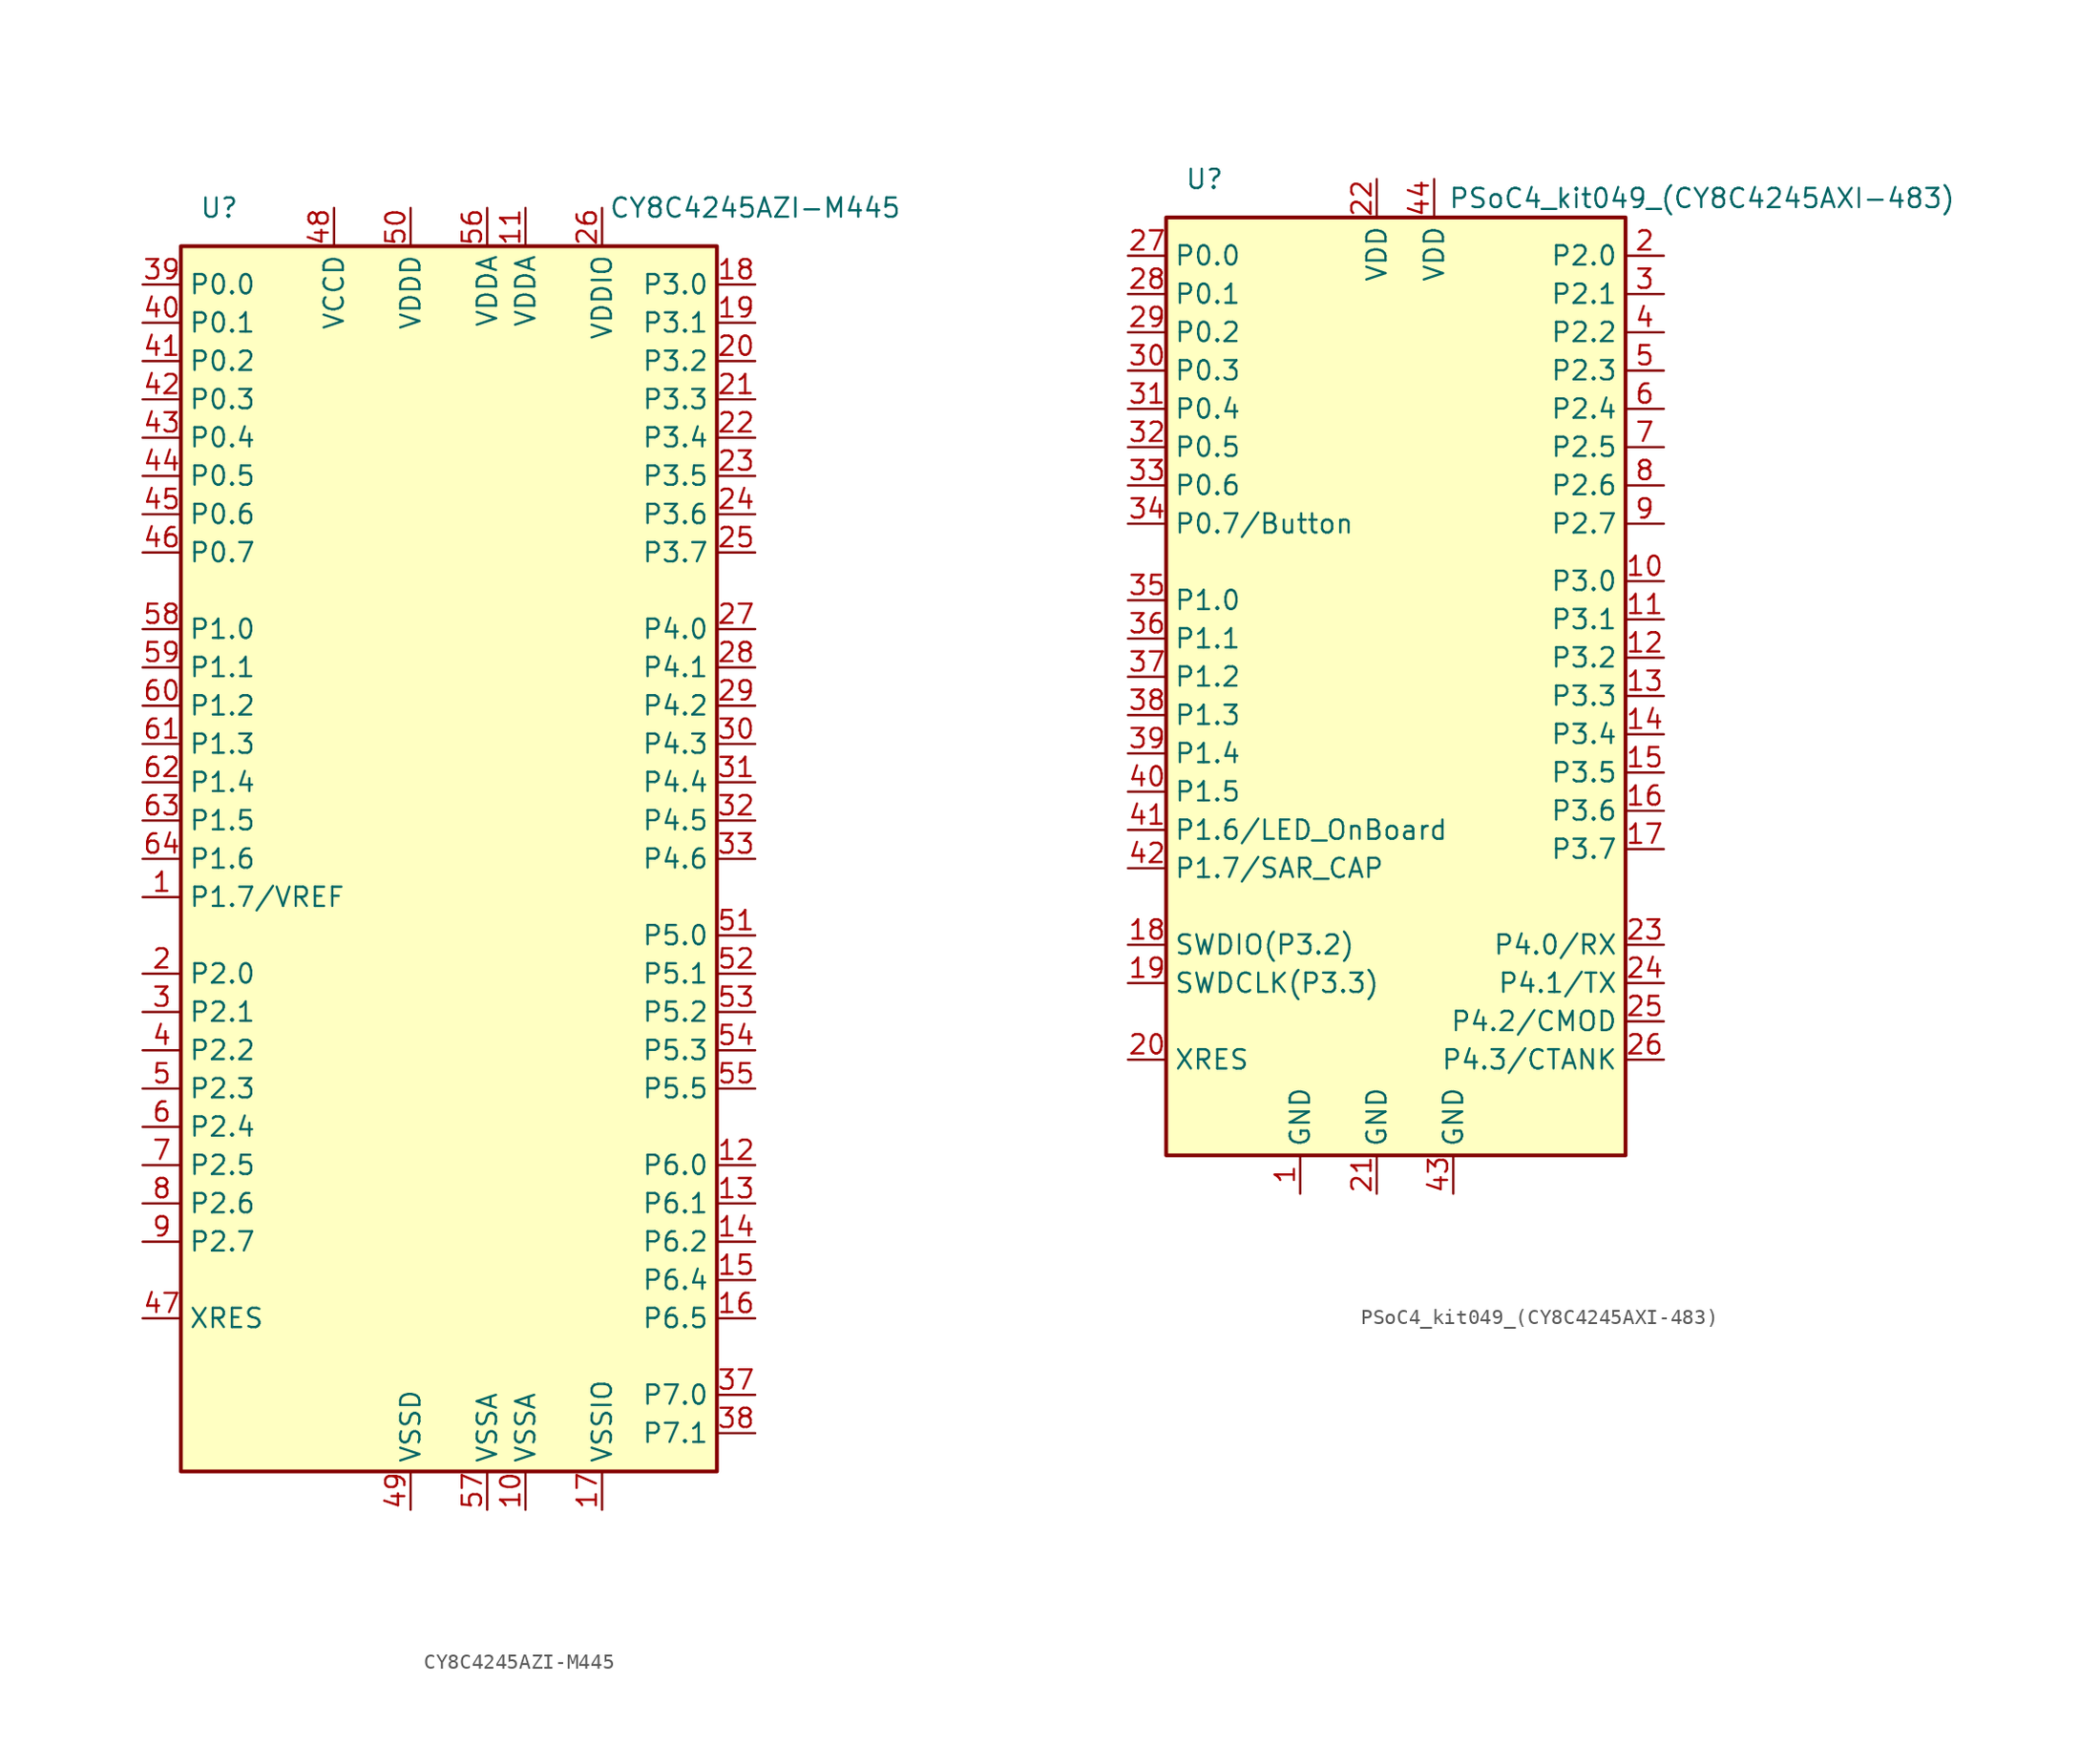
<source format=kicad_sym>
(kicad_symbol_lib
  (version 20211014)
  (generator kicad_symbol_editor)
  (symbol "CY8C4245AZI-M445"
    (property "Reference" "U"
      (at -15.24 43.18 0)
      (effects (font (size 1.27 1.27))))
    (property "Value" "CY8C4245AZI-M445"
      (at 20.32 43.18 0)
      (effects (font (size 1.27 1.27))))
    (symbol "CY8C4245AZI-M445_0_1"
      (rectangle (start -17.78 40.64) (end 17.78 -40.64) (stroke (width 0.254) (type default) (color 0 0 0 0)) (fill (type background))))
    (symbol "CY8C4245AZI-M445_1_1"
      (pin bidirectional line (at -20.32 -2.54 0) (length 2.54) (name "P1.7/VREF" (effects (font (size 1.27 1.27)))) (number "1" (effects (font (size 1.27 1.27)))))
      (pin power_in line (at 5.08 -43.18 90) (length 2.54) (name "VSSA" (effects (font (size 1.27 1.27)))) (number "10" (effects (font (size 1.27 1.27)))))
      (pin power_in line (at 5.08 43.18 270) (length 2.54) (name "VDDA" (effects (font (size 1.27 1.27)))) (number "11" (effects (font (size 1.27 1.27)))))
      (pin bidirectional line (at 20.32 -20.32 180) (length 2.54) (name "P6.0" (effects (font (size 1.27 1.27)))) (number "12" (effects (font (size 1.27 1.27)))))
      (pin bidirectional line (at 20.32 -22.86 180) (length 2.54) (name "P6.1" (effects (font (size 1.27 1.27)))) (number "13" (effects (font (size 1.27 1.27)))))
      (pin bidirectional line (at 20.32 -25.4 180) (length 2.54) (name "P6.2" (effects (font (size 1.27 1.27)))) (number "14" (effects (font (size 1.27 1.27)))))
      (pin bidirectional line (at 20.32 -27.94 180) (length 2.54) (name "P6.4" (effects (font (size 1.27 1.27)))) (number "15" (effects (font (size 1.27 1.27)))))
      (pin bidirectional line (at 20.32 -30.48 180) (length 2.54) (name "P6.5" (effects (font (size 1.27 1.27)))) (number "16" (effects (font (size 1.27 1.27)))))
      (pin power_in line (at 10.16 -43.18 90) (length 2.54) (name "VSSIO" (effects (font (size 1.27 1.27)))) (number "17" (effects (font (size 1.27 1.27)))))
      (pin bidirectional line (at 20.32 38.1 180) (length 2.54) (name "P3.0" (effects (font (size 1.27 1.27)))) (number "18" (effects (font (size 1.27 1.27)))))
      (pin bidirectional line (at 20.32 35.56 180) (length 2.54) (name "P3.1" (effects (font (size 1.27 1.27)))) (number "19" (effects (font (size 1.27 1.27)))))
      (pin bidirectional line (at -20.32 -7.62 0) (length 2.54) (name "P2.0" (effects (font (size 1.27 1.27)))) (number "2" (effects (font (size 1.27 1.27)))))
      (pin bidirectional line (at 20.32 33.02 180) (length 2.54) (name "P3.2" (effects (font (size 1.27 1.27)))) (number "20" (effects (font (size 1.27 1.27)))))
      (pin bidirectional line (at 20.32 30.48 180) (length 2.54) (name "P3.3" (effects (font (size 1.27 1.27)))) (number "21" (effects (font (size 1.27 1.27)))))
      (pin bidirectional line (at 20.32 27.94 180) (length 2.54) (name "P3.4" (effects (font (size 1.27 1.27)))) (number "22" (effects (font (size 1.27 1.27)))))
      (pin bidirectional line (at 20.32 25.4 180) (length 2.54) (name "P3.5" (effects (font (size 1.27 1.27)))) (number "23" (effects (font (size 1.27 1.27)))))
      (pin bidirectional line (at 20.32 22.86 180) (length 2.54) (name "P3.6" (effects (font (size 1.27 1.27)))) (number "24" (effects (font (size 1.27 1.27)))))
      (pin bidirectional line (at 20.32 20.32 180) (length 2.54) (name "P3.7" (effects (font (size 1.27 1.27)))) (number "25" (effects (font (size 1.27 1.27)))))
      (pin power_in line (at 10.16 43.18 270) (length 2.54) (name "VDDIO" (effects (font (size 1.27 1.27)))) (number "26" (effects (font (size 1.27 1.27)))))
      (pin bidirectional line (at 20.32 15.24 180) (length 2.54) (name "P4.0" (effects (font (size 1.27 1.27)))) (number "27" (effects (font (size 1.27 1.27)))))
      (pin bidirectional line (at 20.32 12.7 180) (length 2.54) (name "P4.1" (effects (font (size 1.27 1.27)))) (number "28" (effects (font (size 1.27 1.27)))))
      (pin bidirectional line (at 20.32 10.16 180) (length 2.54) (name "P4.2" (effects (font (size 1.27 1.27)))) (number "29" (effects (font (size 1.27 1.27)))))
      (pin bidirectional line (at -20.32 -10.16 0) (length 2.54) (name "P2.1" (effects (font (size 1.27 1.27)))) (number "3" (effects (font (size 1.27 1.27)))))
      (pin bidirectional line (at 20.32 7.62 180) (length 2.54) (name "P4.3" (effects (font (size 1.27 1.27)))) (number "30" (effects (font (size 1.27 1.27)))))
      (pin bidirectional line (at 20.32 5.08 180) (length 2.54) (name "P4.4" (effects (font (size 1.27 1.27)))) (number "31" (effects (font (size 1.27 1.27)))))
      (pin bidirectional line (at 20.32 2.54 180) (length 2.54) (name "P4.5" (effects (font (size 1.27 1.27)))) (number "32" (effects (font (size 1.27 1.27)))))
      (pin bidirectional line (at 20.32 0 180) (length 2.54) (name "P4.6" (effects (font (size 1.27 1.27)))) (number "33" (effects (font (size 1.27 1.27)))))
      (pin bidirectional line (at 20.32 -35.56 180) (length 2.54) (name "P7.0" (effects (font (size 1.27 1.27)))) (number "37" (effects (font (size 1.27 1.27)))))
      (pin bidirectional line (at 20.32 -38.1 180) (length 2.54) (name "P7.1" (effects (font (size 1.27 1.27)))) (number "38" (effects (font (size 1.27 1.27)))))
      (pin bidirectional line (at -20.32 38.1 0) (length 2.54) (name "P0.0" (effects (font (size 1.27 1.27)))) (number "39" (effects (font (size 1.27 1.27)))))
      (pin bidirectional line (at -20.32 -12.7 0) (length 2.54) (name "P2.2" (effects (font (size 1.27 1.27)))) (number "4" (effects (font (size 1.27 1.27)))))
      (pin bidirectional line (at -20.32 35.56 0) (length 2.54) (name "P0.1" (effects (font (size 1.27 1.27)))) (number "40" (effects (font (size 1.27 1.27)))))
      (pin bidirectional line (at -20.32 33.02 0) (length 2.54) (name "P0.2" (effects (font (size 1.27 1.27)))) (number "41" (effects (font (size 1.27 1.27)))))
      (pin bidirectional line (at -20.32 30.48 0) (length 2.54) (name "P0.3" (effects (font (size 1.27 1.27)))) (number "42" (effects (font (size 1.27 1.27)))))
      (pin bidirectional line (at -20.32 27.94 0) (length 2.54) (name "P0.4" (effects (font (size 1.27 1.27)))) (number "43" (effects (font (size 1.27 1.27)))))
      (pin bidirectional line (at -20.32 25.4 0) (length 2.54) (name "P0.5" (effects (font (size 1.27 1.27)))) (number "44" (effects (font (size 1.27 1.27)))))
      (pin bidirectional line (at -20.32 22.86 0) (length 2.54) (name "P0.6" (effects (font (size 1.27 1.27)))) (number "45" (effects (font (size 1.27 1.27)))))
      (pin bidirectional line (at -20.32 20.32 0) (length 2.54) (name "P0.7" (effects (font (size 1.27 1.27)))) (number "46" (effects (font (size 1.27 1.27)))))
      (pin input line (at -20.32 -30.48 0) (length 2.54) (name "XRES" (effects (font (size 1.27 1.27)))) (number "47" (effects (font (size 1.27 1.27)))))
      (pin power_out line (at -7.62 43.18 270) (length 2.54) (name "VCCD" (effects (font (size 1.27 1.27)))) (number "48" (effects (font (size 1.27 1.27)))))
      (pin power_in line (at -2.54 -43.18 90) (length 2.54) (name "VSSD" (effects (font (size 1.27 1.27)))) (number "49" (effects (font (size 1.27 1.27)))))
      (pin bidirectional line (at -20.32 -15.24 0) (length 2.54) (name "P2.3" (effects (font (size 1.27 1.27)))) (number "5" (effects (font (size 1.27 1.27)))))
      (pin power_in line (at -2.54 43.18 270) (length 2.54) (name "VDDD" (effects (font (size 1.27 1.27)))) (number "50" (effects (font (size 1.27 1.27)))))
      (pin bidirectional line (at 20.32 -5.08 180) (length 2.54) (name "P5.0" (effects (font (size 1.27 1.27)))) (number "51" (effects (font (size 1.27 1.27)))))
      (pin bidirectional line (at 20.32 -7.62 180) (length 2.54) (name "P5.1" (effects (font (size 1.27 1.27)))) (number "52" (effects (font (size 1.27 1.27)))))
      (pin bidirectional line (at 20.32 -10.16 180) (length 2.54) (name "P5.2" (effects (font (size 1.27 1.27)))) (number "53" (effects (font (size 1.27 1.27)))))
      (pin bidirectional line (at 20.32 -12.7 180) (length 2.54) (name "P5.3" (effects (font (size 1.27 1.27)))) (number "54" (effects (font (size 1.27 1.27)))))
      (pin bidirectional line (at 20.32 -15.24 180) (length 2.54) (name "P5.5" (effects (font (size 1.27 1.27)))) (number "55" (effects (font (size 1.27 1.27)))))
      (pin power_in line (at 2.54 43.18 270) (length 2.54) (name "VDDA" (effects (font (size 1.27 1.27)))) (number "56" (effects (font (size 1.27 1.27)))))
      (pin power_in line (at 2.54 -43.18 90) (length 2.54) (name "VSSA" (effects (font (size 1.27 1.27)))) (number "57" (effects (font (size 1.27 1.27)))))
      (pin bidirectional line (at -20.32 15.24 0) (length 2.54) (name "P1.0" (effects (font (size 1.27 1.27)))) (number "58" (effects (font (size 1.27 1.27)))))
      (pin bidirectional line (at -20.32 12.7 0) (length 2.54) (name "P1.1" (effects (font (size 1.27 1.27)))) (number "59" (effects (font (size 1.27 1.27)))))
      (pin bidirectional line (at -20.32 -17.78 0) (length 2.54) (name "P2.4" (effects (font (size 1.27 1.27)))) (number "6" (effects (font (size 1.27 1.27)))))
      (pin bidirectional line (at -20.32 10.16 0) (length 2.54) (name "P1.2" (effects (font (size 1.27 1.27)))) (number "60" (effects (font (size 1.27 1.27)))))
      (pin bidirectional line (at -20.32 7.62 0) (length 2.54) (name "P1.3" (effects (font (size 1.27 1.27)))) (number "61" (effects (font (size 1.27 1.27)))))
      (pin bidirectional line (at -20.32 5.08 0) (length 2.54) (name "P1.4" (effects (font (size 1.27 1.27)))) (number "62" (effects (font (size 1.27 1.27)))))
      (pin bidirectional line (at -20.32 2.54 0) (length 2.54) (name "P1.5" (effects (font (size 1.27 1.27)))) (number "63" (effects (font (size 1.27 1.27)))))
      (pin bidirectional line (at -20.32 0 0) (length 2.54) (name "P1.6" (effects (font (size 1.27 1.27)))) (number "64" (effects (font (size 1.27 1.27)))))
      (pin bidirectional line (at -20.32 -20.32 0) (length 2.54) (name "P2.5" (effects (font (size 1.27 1.27)))) (number "7" (effects (font (size 1.27 1.27)))))
      (pin bidirectional line (at -20.32 -22.86 0) (length 2.54) (name "P2.6" (effects (font (size 1.27 1.27)))) (number "8" (effects (font (size 1.27 1.27)))))
      (pin bidirectional line (at -20.32 -25.4 0) (length 2.54) (name "P2.7" (effects (font (size 1.27 1.27)))) (number "9" (effects (font (size 1.27 1.27)))))))
  (symbol "PSoC4_kit049_(CY8C4245AXI-483)"
    (property "Reference" "U"
      (at -15.24 43.18 0)
      (effects (font (size 1.27 1.27))))
    (property "Value" "PSoC4_kit049_(CY8C4245AXI-483)"
      (at 17.78 41.91 0)
      (effects (font (size 1.27 1.27))))
    (symbol "PSoC4_kit049_(CY8C4245AXI-483)_0_1"
      (rectangle (start -17.78 40.64) (end 12.7 -21.59) (stroke (width 0.254) (type default) (color 0 0 0 0)) (fill (type background))))
    (symbol "PSoC4_kit049_(CY8C4245AXI-483)_1_1"
      (pin power_out line (at -8.89 -24.13 90) (length 2.54) (name "GND" (effects (font (size 1.27 1.27)))) (number "1" (effects (font (size 1.27 1.27)))))
      (pin bidirectional line (at 15.24 16.51 180) (length 2.54) (name "P3.0" (effects (font (size 1.27 1.27)))) (number "10" (effects (font (size 1.27 1.27)))))
      (pin bidirectional line (at 15.24 13.97 180) (length 2.54) (name "P3.1" (effects (font (size 1.27 1.27)))) (number "11" (effects (font (size 1.27 1.27)))))
      (pin bidirectional line (at 15.24 11.43 180) (length 2.54) (name "P3.2" (effects (font (size 1.27 1.27)))) (number "12" (effects (font (size 1.27 1.27)))))
      (pin bidirectional line (at 15.24 8.89 180) (length 2.54) (name "P3.3" (effects (font (size 1.27 1.27)))) (number "13" (effects (font (size 1.27 1.27)))))
      (pin bidirectional line (at 15.24 6.35 180) (length 2.54) (name "P3.4" (effects (font (size 1.27 1.27)))) (number "14" (effects (font (size 1.27 1.27)))))
      (pin bidirectional line (at 15.24 3.81 180) (length 2.54) (name "P3.5" (effects (font (size 1.27 1.27)))) (number "15" (effects (font (size 1.27 1.27)))))
      (pin bidirectional line (at 15.24 1.27 180) (length 2.54) (name "P3.6" (effects (font (size 1.27 1.27)))) (number "16" (effects (font (size 1.27 1.27)))))
      (pin bidirectional line (at 15.24 -1.27 180) (length 2.54) (name "P3.7" (effects (font (size 1.27 1.27)))) (number "17" (effects (font (size 1.27 1.27)))))
      (pin bidirectional line (at -20.32 -7.62 0) (length 2.54) (name "SWDIO(P3.2)" (effects (font (size 1.27 1.27)))) (number "18" (effects (font (size 1.27 1.27)))))
      (pin bidirectional line (at -20.32 -10.16 0) (length 2.54) (name "SWDCLK(P3.3)" (effects (font (size 1.27 1.27)))) (number "19" (effects (font (size 1.27 1.27)))))
      (pin bidirectional line (at 15.24 38.1 180) (length 2.54) (name "P2.0" (effects (font (size 1.27 1.27)))) (number "2" (effects (font (size 1.27 1.27)))))
      (pin input line (at -20.32 -15.24 0) (length 2.54) (name "XRES" (effects (font (size 1.27 1.27)))) (number "20" (effects (font (size 1.27 1.27)))))
      (pin power_out line (at -3.81 -24.13 90) (length 2.54) (name "GND" (effects (font (size 1.27 1.27)))) (number "21" (effects (font (size 1.27 1.27)))))
      (pin power_in line (at -3.81 43.18 270) (length 2.54) (name "VDD" (effects (font (size 1.27 1.27)))) (number "22" (effects (font (size 1.27 1.27)))))
      (pin bidirectional line (at 15.24 -7.62 180) (length 2.54) (name "P4.0/RX" (effects (font (size 1.27 1.27)))) (number "23" (effects (font (size 1.27 1.27)))))
      (pin bidirectional line (at 15.24 -10.16 180) (length 2.54) (name "P4.1/TX" (effects (font (size 1.27 1.27)))) (number "24" (effects (font (size 1.27 1.27)))))
      (pin bidirectional line (at 15.24 -12.7 180) (length 2.54) (name "P4.2/CMOD" (effects (font (size 1.27 1.27)))) (number "25" (effects (font (size 1.27 1.27)))))
      (pin bidirectional line (at 15.24 -15.24 180) (length 2.54) (name "P4.3/CTANK" (effects (font (size 1.27 1.27)))) (number "26" (effects (font (size 1.27 1.27)))))
      (pin bidirectional line (at -20.32 38.1 0) (length 2.54) (name "P0.0" (effects (font (size 1.27 1.27)))) (number "27" (effects (font (size 1.27 1.27)))))
      (pin bidirectional line (at -20.32 35.56 0) (length 2.54) (name "P0.1" (effects (font (size 1.27 1.27)))) (number "28" (effects (font (size 1.27 1.27)))))
      (pin bidirectional line (at -20.32 33.02 0) (length 2.54) (name "P0.2" (effects (font (size 1.27 1.27)))) (number "29" (effects (font (size 1.27 1.27)))))
      (pin bidirectional line (at 15.24 35.56 180) (length 2.54) (name "P2.1" (effects (font (size 1.27 1.27)))) (number "3" (effects (font (size 1.27 1.27)))))
      (pin bidirectional line (at -20.32 30.48 0) (length 2.54) (name "P0.3" (effects (font (size 1.27 1.27)))) (number "30" (effects (font (size 1.27 1.27)))))
      (pin bidirectional line (at -20.32 27.94 0) (length 2.54) (name "P0.4" (effects (font (size 1.27 1.27)))) (number "31" (effects (font (size 1.27 1.27)))))
      (pin bidirectional line (at -20.32 25.4 0) (length 2.54) (name "P0.5" (effects (font (size 1.27 1.27)))) (number "32" (effects (font (size 1.27 1.27)))))
      (pin bidirectional line (at -20.32 22.86 0) (length 2.54) (name "P0.6" (effects (font (size 1.27 1.27)))) (number "33" (effects (font (size 1.27 1.27)))))
      (pin bidirectional line (at -20.32 20.32 0) (length 2.54) (name "P0.7/Button" (effects (font (size 1.27 1.27)))) (number "34" (effects (font (size 1.27 1.27)))))
      (pin bidirectional line (at -20.32 15.24 0) (length 2.54) (name "P1.0" (effects (font (size 1.27 1.27)))) (number "35" (effects (font (size 1.27 1.27)))))
      (pin bidirectional line (at -20.32 12.7 0) (length 2.54) (name "P1.1" (effects (font (size 1.27 1.27)))) (number "36" (effects (font (size 1.27 1.27)))))
      (pin bidirectional line (at -20.32 10.16 0) (length 2.54) (name "P1.2" (effects (font (size 1.27 1.27)))) (number "37" (effects (font (size 1.27 1.27)))))
      (pin bidirectional line (at -20.32 7.62 0) (length 2.54) (name "P1.3" (effects (font (size 1.27 1.27)))) (number "38" (effects (font (size 1.27 1.27)))))
      (pin bidirectional line (at -20.32 5.08 0) (length 2.54) (name "P1.4" (effects (font (size 1.27 1.27)))) (number "39" (effects (font (size 1.27 1.27)))))
      (pin bidirectional line (at 15.24 33.02 180) (length 2.54) (name "P2.2" (effects (font (size 1.27 1.27)))) (number "4" (effects (font (size 1.27 1.27)))))
      (pin bidirectional line (at -20.32 2.54 0) (length 2.54) (name "P1.5" (effects (font (size 1.27 1.27)))) (number "40" (effects (font (size 1.27 1.27)))))
      (pin bidirectional line (at -20.32 0 0) (length 2.54) (name "P1.6/LED_OnBoard" (effects (font (size 1.27 1.27)))) (number "41" (effects (font (size 1.27 1.27)))))
      (pin bidirectional line (at -20.32 -2.54 0) (length 2.54) (name "P1.7/SAR_CAP" (effects (font (size 1.27 1.27)))) (number "42" (effects (font (size 1.27 1.27)))))
      (pin power_out line (at 1.27 -24.13 90) (length 2.54) (name "GND" (effects (font (size 1.27 1.27)))) (number "43" (effects (font (size 1.27 1.27)))))
      (pin power_in line (at 0 43.18 270) (length 2.54) (name "VDD" (effects (font (size 1.27 1.27)))) (number "44" (effects (font (size 1.27 1.27)))))
      (pin bidirectional line (at 15.24 30.48 180) (length 2.54) (name "P2.3" (effects (font (size 1.27 1.27)))) (number "5" (effects (font (size 1.27 1.27)))))
      (pin bidirectional line (at 15.24 27.94 180) (length 2.54) (name "P2.4" (effects (font (size 1.27 1.27)))) (number "6" (effects (font (size 1.27 1.27)))))
      (pin bidirectional line (at 15.24 25.4 180) (length 2.54) (name "P2.5" (effects (font (size 1.27 1.27)))) (number "7" (effects (font (size 1.27 1.27)))))
      (pin bidirectional line (at 15.24 22.86 180) (length 2.54) (name "P2.6" (effects (font (size 1.27 1.27)))) (number "8" (effects (font (size 1.27 1.27)))))
      (pin bidirectional line (at 15.24 20.32 180) (length 2.54) (name "P2.7" (effects (font (size 1.27 1.27)))) (number "9" (effects (font (size 1.27 1.27))))))))
</source>
